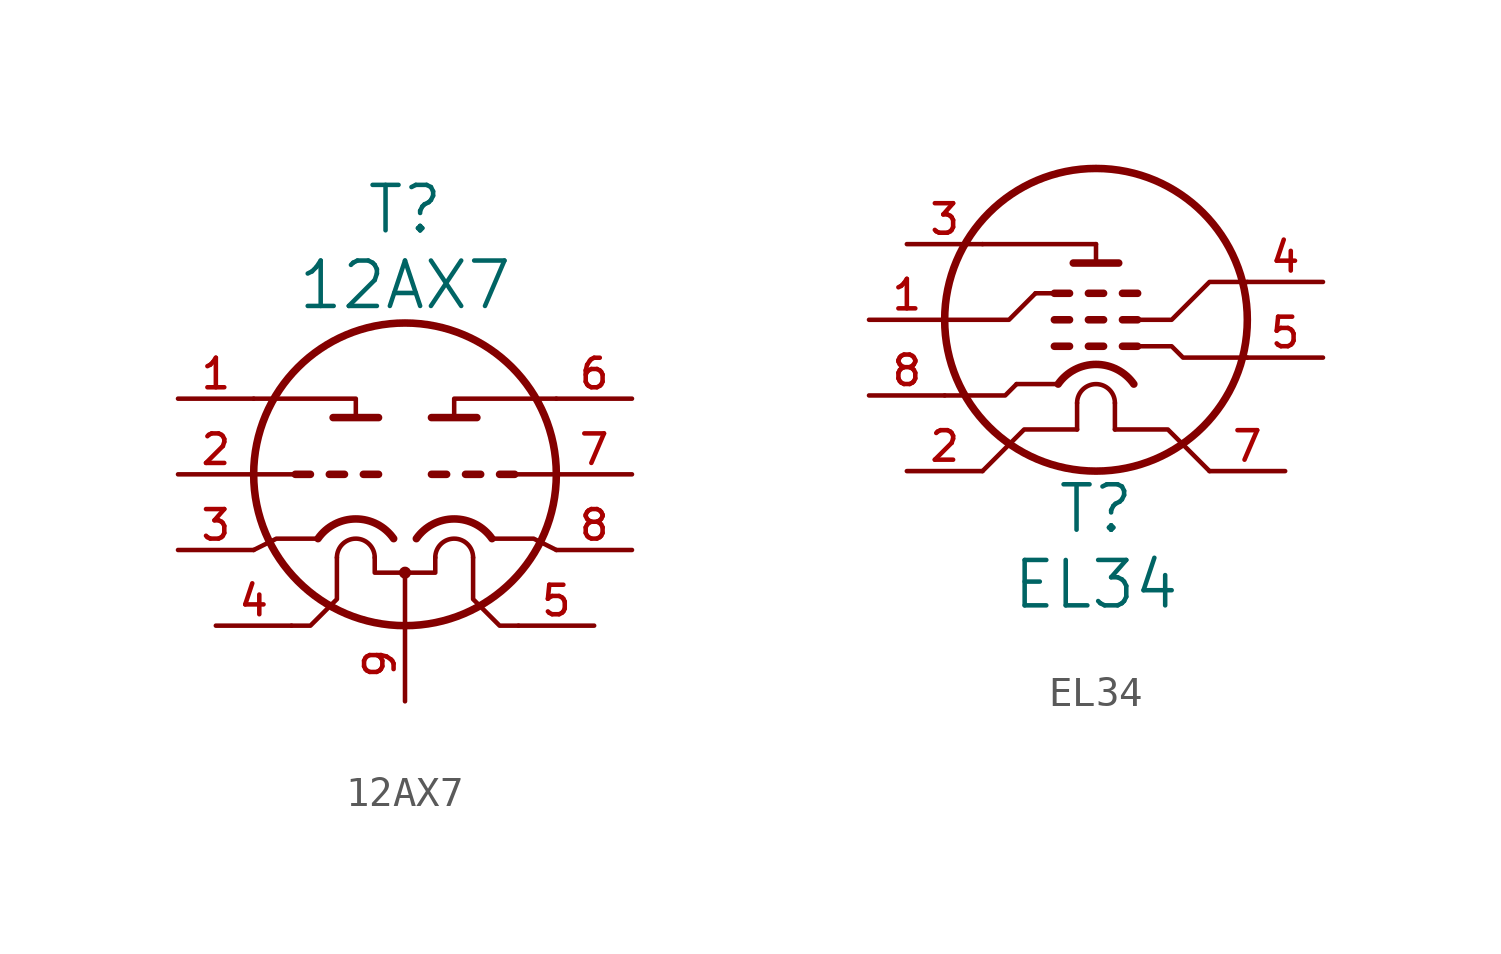
<source format=kicad_sym>
(kicad_symbol_lib
  (version 20220914)
  (generator kicad_symbol_editor)
  (symbol "12AX7"
    (pin_names
      (offset 0.025) hide)
    (property "Reference" "T"
      (at 0 8.89 0)
      (effects (font (size 1.524 1.524))))
    (property "Value" "12AX7"
      (at 0 6.35 0)
      (effects (font (size 1.524 1.524))))
    (property "Footprint" ""
      (at 0 0 0)
      (effects (font (size 1.524 1.524))))
    (property "Datasheet" ""
      (at 0 0 0)
      (effects (font (size 1.524 1.524))))
    (symbol "12AX7_0_1"
      (arc (start -1.016 -2.794) (mid -1.651 -2.1617) (end -2.286 -2.794) (stroke (width 0) (type solid)) (fill (type none)))
      (arc (start -0.381 -2.159) (mid -1.651 -1.4978) (end -2.921 -2.159) (stroke (width 0.254) (type solid)) (fill (type none)))
      (circle (center 0 -3.302) (radius 0.127) (stroke (width 0) (type solid)) (fill (type none)))
      (polyline (pts (xy -5.08 0) (xy -3.683 0)) (stroke (width 0) (type solid)) (fill (type none)))
      (polyline (pts (xy -3.683 0) (xy -3.175 0)) (stroke (width 0.254) (type solid)) (fill (type none)))
      (polyline (pts (xy -2.54 0) (xy -2.032 0)) (stroke (width 0.254) (type solid)) (fill (type none)))
      (polyline (pts (xy -2.413 1.905) (xy -0.889 1.905)) (stroke (width 0.254) (type solid)) (fill (type none)))
      (polyline (pts (xy -1.397 0) (xy -0.889 0)) (stroke (width 0.254) (type solid)) (fill (type none)))
      (polyline (pts (xy 0 -3.302) (xy 0 -5.08)) (stroke (width 0) (type solid)) (fill (type none)))
      (polyline (pts (xy 0.889 0) (xy 1.397 0)) (stroke (width 0.254) (type solid)) (fill (type none)))
      (polyline (pts (xy 0.889 1.905) (xy 2.413 1.905)) (stroke (width 0.254) (type solid)) (fill (type none)))
      (polyline (pts (xy 2.032 0) (xy 2.54 0)) (stroke (width 0.254) (type solid)) (fill (type none)))
      (polyline (pts (xy 3.175 0) (xy 3.683 0)) (stroke (width 0.254) (type solid)) (fill (type none)))
      (polyline (pts (xy 3.683 0) (xy 5.08 0)) (stroke (width 0) (type solid)) (fill (type none)))
      (polyline (pts (xy -2.921 -2.159) (xy -4.318 -2.159) (xy -5.08 -2.54)) (stroke (width 0) (type solid)) (fill (type none)))
      (polyline (pts (xy -1.651 1.905) (xy -1.651 2.54) (xy -5.08 2.54)) (stroke (width 0) (type solid)) (fill (type none)))
      (polyline (pts (xy 2.921 -2.159) (xy 4.318 -2.159) (xy 5.08 -2.54)) (stroke (width 0) (type solid)) (fill (type none)))
      (polyline (pts (xy 5.08 2.54) (xy 1.651 2.54) (xy 1.651 1.905)) (stroke (width 0) (type solid)) (fill (type none)))
      (polyline (pts (xy -2.286 -2.794) (xy -2.286 -4.191) (xy -3.175 -5.08) (xy -3.81 -5.08)) (stroke (width 0) (type solid)) (fill (type none)))
      (polyline (pts (xy -1.016 -2.794) (xy -1.016 -3.302) (xy 1.016 -3.302) (xy 1.016 -2.794)) (stroke (width 0) (type solid)) (fill (type none)))
      (polyline (pts (xy 2.286 -2.794) (xy 2.286 -4.191) (xy 3.175 -5.08) (xy 3.81 -5.08)) (stroke (width 0) (type solid)) (fill (type none)))
      (circle (center 0 0) (radius 5.08) (stroke (width 0.254) (type solid)) (fill (type none)))
      (arc (start 2.286 -2.794) (mid 1.651 -2.1617) (end 1.016 -2.794) (stroke (width 0) (type solid)) (fill (type none)))
      (arc (start 2.921 -2.159) (mid 1.651 -1.4978) (end 0.381 -2.159) (stroke (width 0.254) (type solid)) (fill (type none))))
    (symbol "12AX7_1_1"
      (pin input line (at -7.62 2.54 0) (length 2.54) (name "qT1" (effects (font (size 0.787 0.787)))) (number "1" (effects (font (size 0.991 0.991)))))
      (pin input line (at -7.62 0 0) (length 2.54) (name "gT1" (effects (font (size 0.762 0.762)))) (number "2" (effects (font (size 0.991 0.991)))))
      (pin input line (at -7.62 -2.54 0) (length 2.54) (name "kT1" (effects (font (size 0.787 0.787)))) (number "3" (effects (font (size 0.991 0.991)))))
      (pin input line (at -6.35 -5.08 0) (length 2.54) (name "h" (effects (font (size 0.787 0.787)))) (number "4" (effects (font (size 0.991 0.991)))))
      (pin input line (at 6.35 -5.08 180) (length 2.54) (name "h" (effects (font (size 0.787 0.787)))) (number "5" (effects (font (size 0.991 0.991)))))
      (pin input line (at 7.62 2.54 180) (length 2.54) (name "qT2" (effects (font (size 0.787 0.787)))) (number "6" (effects (font (size 0.991 0.991)))))
      (pin input line (at 7.62 0 180) (length 2.54) (name "gT2" (effects (font (size 0.787 0.787)))) (number "7" (effects (font (size 0.991 0.991)))))
      (pin input line (at 7.62 -2.54 180) (length 2.54) (name "kT2" (effects (font (size 0.787 0.787)))) (number "8" (effects (font (size 0.991 0.991)))))
      (pin input line (at 0 -7.62 90) (length 2.54) (name "hc" (effects (font (size 0.762 0.762)))) (number "9" (effects (font (size 0.991 0.991)))))))
  (symbol "EL34"
    (pin_names
      (offset 0.025) hide)
    (property "Reference" "T"
      (at 0 -6.35 0)
      (effects (font (size 1.524 1.524))))
    (property "Value" "EL34"
      (at 0 -8.89 0)
      (effects (font (size 1.524 1.524))))
    (property "Footprint" ""
      (at 0 0 0)
      (effects (font (size 1.524 1.524))))
    (property "Datasheet" ""
      (at 0 0 0)
      (effects (font (size 1.524 1.524))))
    (symbol "EL34_0_1"
      (polyline (pts (xy -3.81 2.54) (xy 0 2.54)) (stroke (width 0) (type solid)) (fill (type none)))
      (polyline (pts (xy -1.397 -0.889) (xy -0.889 -0.889)) (stroke (width 0.254) (type solid)) (fill (type none)))
      (polyline (pts (xy -1.397 0) (xy -0.889 0)) (stroke (width 0.254) (type solid)) (fill (type none)))
      (polyline (pts (xy -1.397 0.889) (xy -2.032 0.889)) (stroke (width 0) (type solid)) (fill (type none)))
      (polyline (pts (xy -1.397 0.889) (xy -0.889 0.889)) (stroke (width 0.254) (type solid)) (fill (type none)))
      (polyline (pts (xy -1.27 -2.159) (xy -2.667 -2.159)) (stroke (width 0) (type solid)) (fill (type none)))
      (polyline (pts (xy -0.762 1.905) (xy 0.762 1.905)) (stroke (width 0.254) (type solid)) (fill (type none)))
      (polyline (pts (xy -0.635 -2.794) (xy -0.635 -3.683)) (stroke (width 0) (type solid)) (fill (type none)))
      (polyline (pts (xy -0.254 -0.889) (xy 0.254 -0.889)) (stroke (width 0.254) (type solid)) (fill (type none)))
      (polyline (pts (xy -0.254 0) (xy 0.254 0)) (stroke (width 0.254) (type solid)) (fill (type none)))
      (polyline (pts (xy -0.254 0.889) (xy 0.254 0.889)) (stroke (width 0.254) (type solid)) (fill (type none)))
      (polyline (pts (xy 0 1.905) (xy 0 2.54)) (stroke (width 0) (type solid)) (fill (type none)))
      (polyline (pts (xy 0.635 -2.794) (xy 0.635 -3.683)) (stroke (width 0) (type solid)) (fill (type none)))
      (polyline (pts (xy 0.889 -0.889) (xy 1.397 -0.889)) (stroke (width 0.254) (type solid)) (fill (type none)))
      (polyline (pts (xy 0.889 0) (xy 1.397 0)) (stroke (width 0.254) (type solid)) (fill (type none)))
      (polyline (pts (xy 0.889 0.889) (xy 1.397 0.889)) (stroke (width 0.254) (type solid)) (fill (type none)))
      (polyline (pts (xy -3.81 -5.08) (xy -2.413 -3.683) (xy -0.635 -3.683)) (stroke (width 0) (type solid)) (fill (type none)))
      (polyline (pts (xy -2.667 -2.159) (xy -3.048 -2.54) (xy -5.08 -2.54)) (stroke (width 0) (type solid)) (fill (type none)))
      (polyline (pts (xy -2.032 0.889) (xy -2.921 0) (xy -5.08 0)) (stroke (width 0) (type solid)) (fill (type none)))
      (polyline (pts (xy 3.81 -5.08) (xy 2.413 -3.683) (xy 0.635 -3.683)) (stroke (width 0) (type solid)) (fill (type none)))
      (polyline (pts (xy 1.397 -0.889) (xy 2.54 -0.889) (xy 2.921 -1.27) (xy 5.08 -1.27)) (stroke (width 0) (type solid)) (fill (type none)))
      (polyline (pts (xy 5.08 1.27) (xy 3.81 1.27) (xy 2.54 0) (xy 1.397 0)) (stroke (width 0) (type solid)) (fill (type none)))
      (circle (center 0 0) (radius 5.08) (stroke (width 0.254) (type solid)) (fill (type none)))
      (arc (start 0.635 -2.794) (mid 0 -2.1617) (end -0.635 -2.794) (stroke (width 0) (type solid)) (fill (type none)))
      (arc (start 1.27 -2.159) (mid 0 -1.4978) (end -1.27 -2.159) (stroke (width 0.254) (type solid)) (fill (type none))))
    (symbol "EL34_1_1"
      (pin input line (at -7.62 0 0) (length 2.54) (name "g3" (effects (font (size 0.762 0.762)))) (number "1" (effects (font (size 0.991 0.991)))))
      (pin input line (at -6.35 -5.08 0) (length 2.54) (name "f" (effects (font (size 0.762 0.762)))) (number "2" (effects (font (size 0.991 0.991)))))
      (pin input line (at -6.35 2.54 0) (length 2.54) (name "a" (effects (font (size 0.762 0.762)))) (number "3" (effects (font (size 0.991 0.991)))))
      (pin input line (at 7.62 1.27 180) (length 2.54) (name "g2" (effects (font (size 0.762 0.762)))) (number "4" (effects (font (size 0.991 0.991)))))
      (pin input line (at 7.62 -1.27 180) (length 2.54) (name "g1" (effects (font (size 0.762 0.762)))) (number "5" (effects (font (size 0.991 0.991)))))
      (pin input line (at 6.35 -5.08 180) (length 2.54) (name "f" (effects (font (size 0.762 0.762)))) (number "7" (effects (font (size 0.991 0.991)))))
      (pin input line (at -7.62 -2.54 0) (length 2.54) (name "k" (effects (font (size 0.762 0.762)))) (number "8" (effects (font (size 0.991 0.991))))))))
</source>
